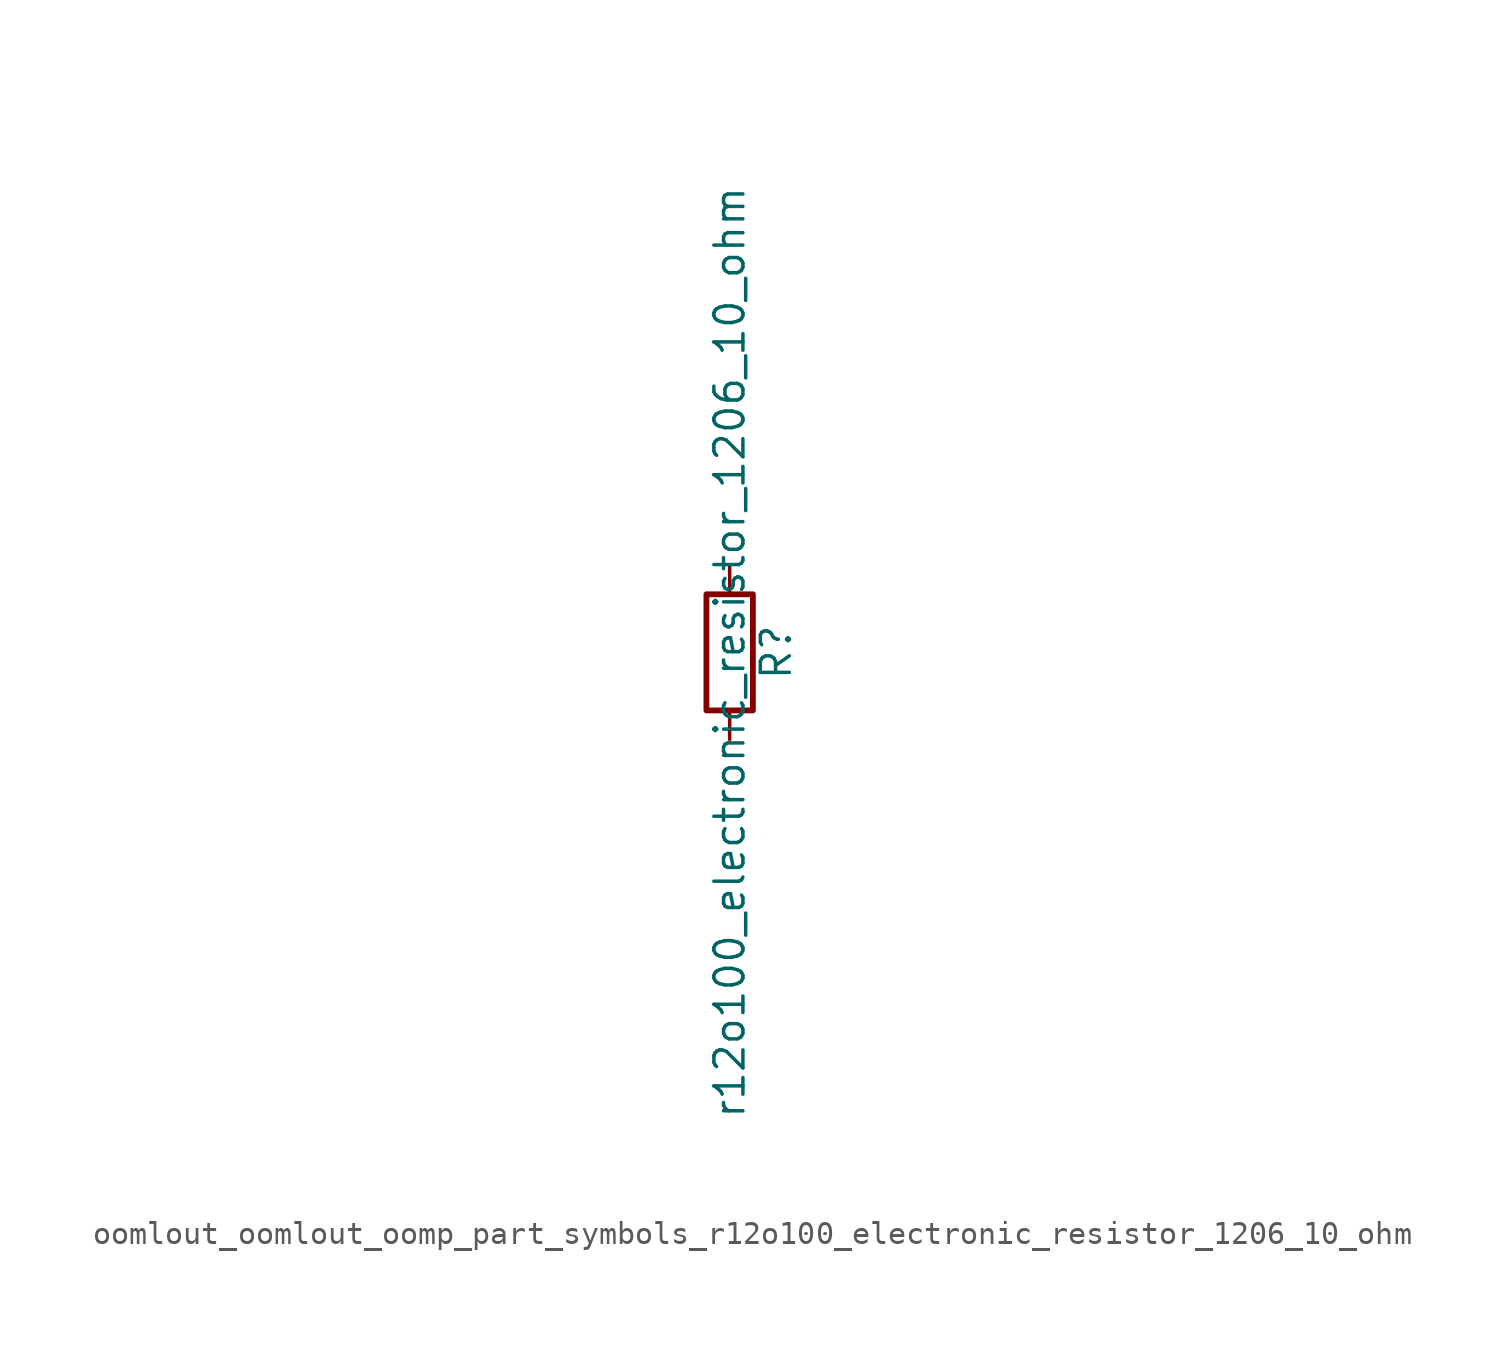
<source format=kicad_sym>
(kicad_symbol_lib
  (version 20220914)
  (generator kicad_symbol_editor)
  (symbol "oomlout_oomlout_oomp_part_symbols_r12o100_electronic_resistor_1206_10_ohm"
    (pin_numbers hide)
    (pin_names
      (offset 0))
    (property "Reference" "R"
      (at 2.032 0 90)
      (effects (font (size 1.27 1.27))))
    (property "Value" "r12o100_electronic_resistor_1206_10_ohm"
      (at 0 0 90)
      (effects (font (size 1.27 1.27))))
    (symbol "oomlout_oomlout_oomp_part_symbols_r12o100_electronic_resistor_1206_10_ohm_0_1"
      (rectangle (start -1.016 -2.54) (end 1.016 2.54) (stroke (width 0.254) (type default)) (fill (type none))))
    (symbol "oomlout_oomlout_oomp_part_symbols_r12o100_electronic_resistor_1206_10_ohm_1_1"
      (pin passive line (at 0 3.81 270) (length 1.27) (name "~" (effects (font (size 1.27 1.27)))) (number "1" (effects (font (size 1.27 1.27)))))
      (pin passive line (at 0 -3.81 90) (length 1.27) (name "~" (effects (font (size 1.27 1.27)))) (number "2" (effects (font (size 1.27 1.27))))))))
</source>
